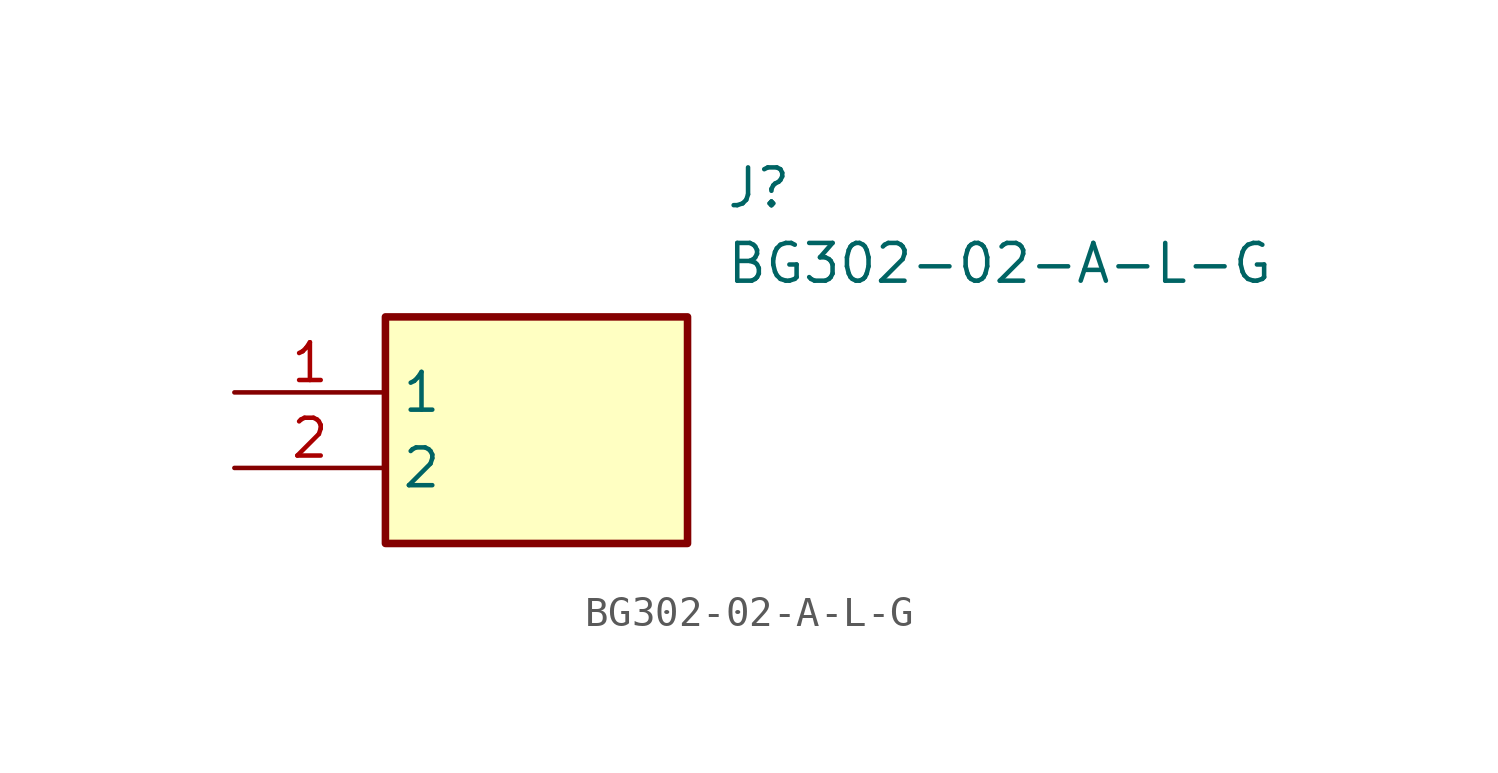
<source format=kicad_sym>
(kicad_symbol_lib
  (version 20211014)
  (generator SamacSys_ECAD_Model)
  (symbol "BG302-02-A-L-G"
    (property "Reference" "J"
      (at 16.51 7.62 0)
      (effects (font (size 1.27 1.27)) (justify left top)))
    (property "Value" "BG302-02-A-L-G"
      (at 16.51 5.08 0)
      (effects (font (size 1.27 1.27)) (justify left top)))
    (rectangle
      (start 5.08 2.54)
      (end 15.24 -5.08)
      (stroke (width 0.254) (type default))
      (fill (type background)))
    (pin passive line
      (at 0 0 0)
      (length 5.08)
      (name "1" (effects (font (size 1.27 1.27))))
      (number "1" (effects (font (size 1.27 1.27)))))
    (pin passive line
      (at 0 -2.54 0)
      (length 5.08)
      (name "2" (effects (font (size 1.27 1.27))))
      (number "2" (effects (font (size 1.27 1.27)))))))
</source>
